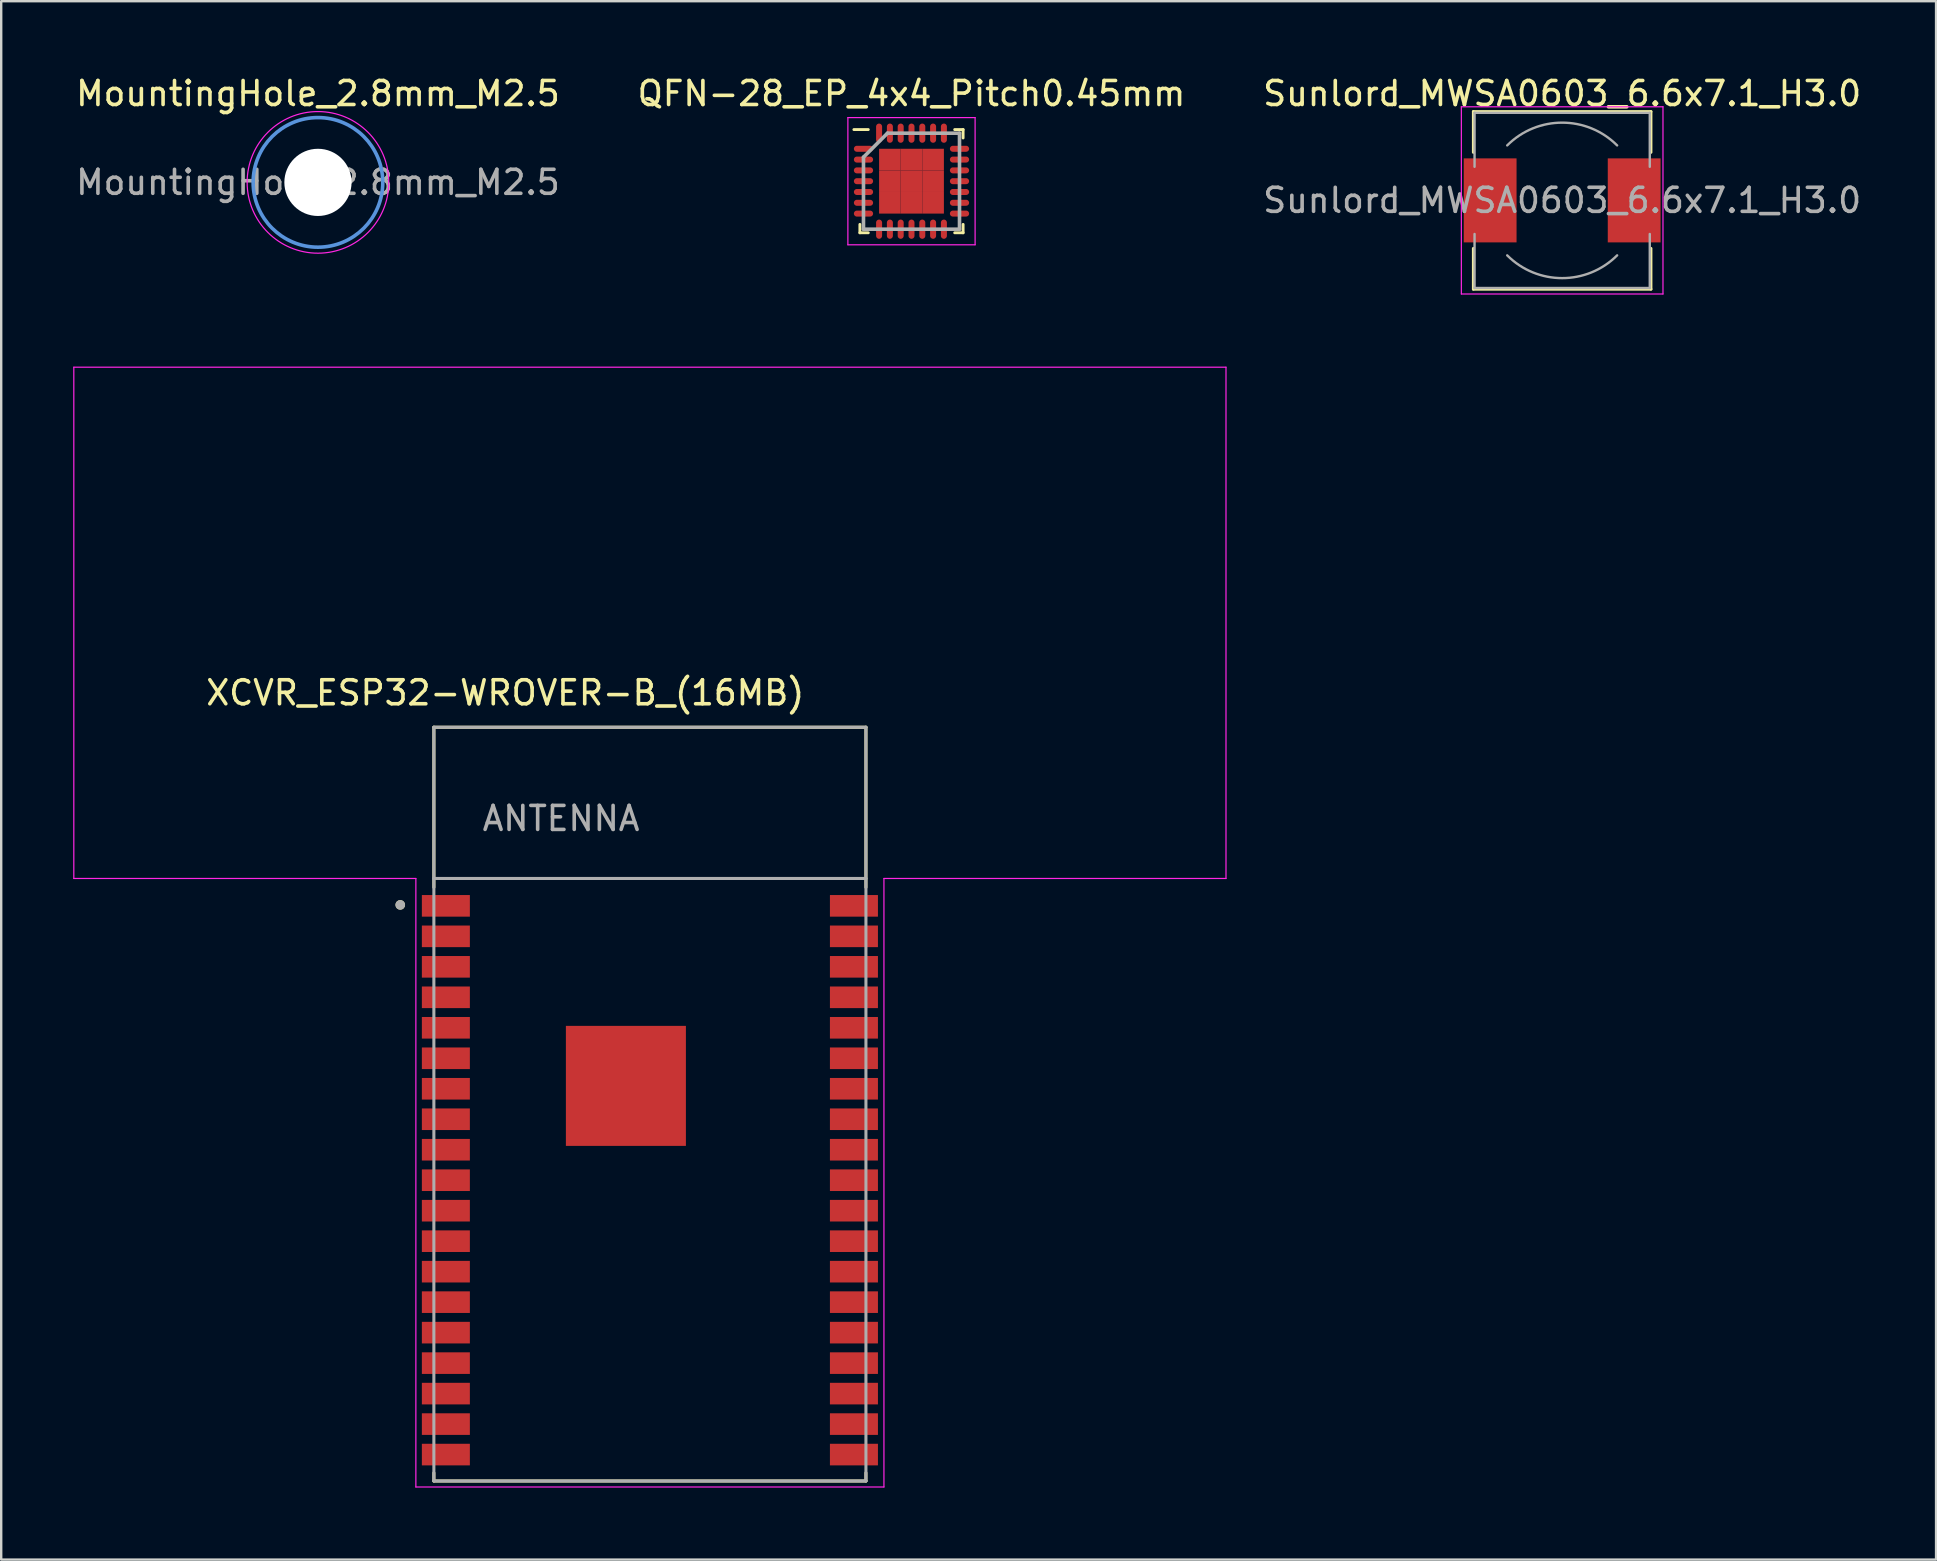
<source format=kicad_pcb>
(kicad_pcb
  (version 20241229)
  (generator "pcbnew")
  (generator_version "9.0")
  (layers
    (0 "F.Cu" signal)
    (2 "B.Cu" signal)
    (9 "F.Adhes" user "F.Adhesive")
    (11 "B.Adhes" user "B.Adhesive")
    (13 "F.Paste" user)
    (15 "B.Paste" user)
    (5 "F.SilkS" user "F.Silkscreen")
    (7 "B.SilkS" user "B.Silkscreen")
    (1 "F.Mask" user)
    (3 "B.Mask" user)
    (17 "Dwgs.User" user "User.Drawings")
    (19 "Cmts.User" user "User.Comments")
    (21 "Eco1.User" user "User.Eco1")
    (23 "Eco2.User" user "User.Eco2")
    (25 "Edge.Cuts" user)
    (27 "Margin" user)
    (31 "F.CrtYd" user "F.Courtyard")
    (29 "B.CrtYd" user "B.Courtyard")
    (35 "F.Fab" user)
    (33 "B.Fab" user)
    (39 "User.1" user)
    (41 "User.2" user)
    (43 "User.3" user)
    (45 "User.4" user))
  (footprint "MountingHole_2.8mm_M2.5"
    (layer "F.Cu")
    (at 10.196 4.548)
    (property "Reference" "MountingHole_2.8mm_M2.5" (at 0 -3.7 0) (layer "F.SilkS") (effects (font (size 1 1) (thickness 0.15))))
    (attr exclude_from_pos_files exclude_from_bom)
    (fp_circle (center 0 0) (end 2.7 0) (stroke (width 0.15) (type solid)) (fill no) (layer "Cmts.User"))
    (fp_circle (center 0 0) (end 2.95 0) (stroke (width 0.05) (type solid)) (fill no) (layer "F.CrtYd"))
    (fp_text user "${REFERENCE}" (at 0 0 0) (layer "F.Fab") (effects (font (size 1 1) (thickness 0.15))))
    (pad "" np_thru_hole circle (at 0 0) (size 2.8 2.8) (drill 2.8) (layers "*.Cu" "*.Mask")))
  (footprint "Sunlord_MWSA0603_6.6x7.1_H3.0"
    (layer "F.Cu")
    (at 62.03 5.298)
    (property "Reference" "Sunlord_MWSA0603_6.6x7.1_H3.0" (at 0 -4.45 0) (layer "F.SilkS") (effects (font (size 1 1) (thickness 0.15))))
    (attr smd)
    (fp_line (start -3.7 -3.7) (end 3.7 -3.7) (stroke (width 0.12) (type solid)) (layer "F.SilkS"))
    (fp_line (start -3.7 -2) (end -3.7 -3.7) (stroke (width 0.12) (type solid)) (layer "F.SilkS"))
    (fp_line (start -3.7 3.7) (end -3.7 2) (stroke (width 0.12) (type solid)) (layer "F.SilkS"))
    (fp_line (start 3.7 -3.7) (end 3.7 -2) (stroke (width 0.12) (type solid)) (layer "F.SilkS"))
    (fp_line (start 3.7 2) (end 3.7 3.7) (stroke (width 0.12) (type solid)) (layer "F.SilkS"))
    (fp_line (start 3.7 3.7) (end -3.7 3.7) (stroke (width 0.12) (type solid)) (layer "F.SilkS"))
    (fp_line (start -4.2 -3.9) (end -4.2 3.9) (stroke (width 0.05) (type solid)) (layer "F.CrtYd"))
    (fp_line (start -4.2 3.9) (end 4.2 3.9) (stroke (width 0.05) (type solid)) (layer "F.CrtYd"))
    (fp_line (start 4.2 -3.9) (end -4.2 -3.9) (stroke (width 0.05) (type solid)) (layer "F.CrtYd"))
    (fp_line (start 4.2 3.9) (end 4.2 -3.9) (stroke (width 0.05) (type solid)) (layer "F.CrtYd"))
    (fp_line (start -3.65 -3.65) (end -3.65 -1.4) (stroke (width 0.1) (type solid)) (layer "F.Fab"))
    (fp_line (start -3.65 -3.65) (end 3.65 -3.65) (stroke (width 0.1) (type solid)) (layer "F.Fab"))
    (fp_line (start -3.65 3.65) (end -3.65 1.4) (stroke (width 0.1) (type solid)) (layer "F.Fab"))
    (fp_line (start 3.65 -3.65) (end 3.65 -1.4) (stroke (width 0.1) (type solid)) (layer "F.Fab"))
    (fp_line (start 3.65 3.65) (end -3.65 3.65) (stroke (width 0.1) (type solid)) (layer "F.Fab"))
    (fp_line (start 3.65 3.65) (end 3.65 1.4) (stroke (width 0.1) (type solid)) (layer "F.Fab"))
    (fp_arc (start -2.29 -2.29) (mid 0 -3.238549) (end 2.29 -2.29) (stroke (width 0.1) (type solid)) (layer "F.Fab"))
    (fp_arc (start 2.29 2.29) (mid 0 3.238549) (end -2.29 2.29) (stroke (width 0.1) (type solid)) (layer "F.Fab"))
    (fp_text user "${REFERENCE}" (at 0 0 0) (layer "F.Fab") (effects (font (size 1 1) (thickness 0.15))))
    (pad "1" smd rect (at -3 0) (size 2.2 3.5) (layers "F.Cu" "F.Mask" "F.Paste"))
    (pad "2" smd rect (at 3 0) (size 2.2 3.5) (layers "F.Cu" "F.Mask" "F.Paste")))
  (footprint "XCVR_ESP32-WROVER-B_(16MB)"
    (layer "F.Cu")
    (at 24.025 42.948)
    (property "Reference" "XCVR_ESP32-WROVER-B_(16MB)" (at -6.025 -17.135 0) (layer "F.SilkS") (effects (font (size 1 1) (thickness 0.15))))
    (attr through_hole)
    (fp_line (start -9 -15.7) (end 9 -15.7) (stroke (width 0.127) (type solid)) (layer "F.SilkS"))
    (fp_line (start -9 -9.03) (end -9 -15.7) (stroke (width 0.127) (type solid)) (layer "F.SilkS"))
    (fp_line (start -9 15.36) (end -9 15.7) (stroke (width 0.127) (type solid)) (layer "F.SilkS"))
    (fp_line (start -9 15.7) (end 9 15.7) (stroke (width 0.127) (type solid)) (layer "F.SilkS"))
    (fp_line (start 9 -15.7) (end 9 -9.03) (stroke (width 0.127) (type solid)) (layer "F.SilkS"))
    (fp_line (start 9 15.7) (end 9 15.36) (stroke (width 0.127) (type solid)) (layer "F.SilkS"))
    (fp_circle (center -10.4 -8.3) (end -10.3 -8.3) (stroke (width 0.2) (type solid)) (fill no) (layer "F.SilkS"))
    (fp_poly (pts (xy -2.58 -2.34) (xy 0.58 -2.34) (xy 0.58 0.82) (xy -2.58 0.82)) (stroke (width 0.01) (type solid)) (fill yes) (layer "F.Paste"))
    (fp_line (start -24 -30.7) (end 24 -30.7) (stroke (width 0.05) (type solid)) (layer "F.CrtYd"))
    (fp_line (start -24 -9.4) (end -24 -30.7) (stroke (width 0.05) (type solid)) (layer "F.CrtYd"))
    (fp_line (start -9.75 -9.4) (end -24 -9.4) (stroke (width 0.05) (type solid)) (layer "F.CrtYd"))
    (fp_line (start -9.75 -9.4) (end -9.75 15.95) (stroke (width 0.05) (type solid)) (layer "F.CrtYd"))
    (fp_line (start -9.75 15.95) (end 9.75 15.95) (stroke (width 0.05) (type solid)) (layer "F.CrtYd"))
    (fp_line (start 9.75 15.95) (end 9.75 -9.4) (stroke (width 0.05) (type solid)) (layer "F.CrtYd"))
    (fp_line (start 24 -30.7) (end 24 -9.4) (stroke (width 0.05) (type solid)) (layer "F.CrtYd"))
    (fp_line (start 24 -9.4) (end 9.75 -9.4) (stroke (width 0.05) (type solid)) (layer "F.CrtYd"))
    (fp_line (start -9 -15.7) (end 9 -15.7) (stroke (width 0.127) (type solid)) (layer "F.Fab"))
    (fp_line (start -9 -9.4) (end -9 -15.7) (stroke (width 0.127) (type solid)) (layer "F.Fab"))
    (fp_line (start -9 -9.4) (end 9 -9.4) (stroke (width 0.127) (type solid)) (layer "F.Fab"))
    (fp_line (start -9 15.7) (end -9 -9.4) (stroke (width 0.127) (type solid)) (layer "F.Fab"))
    (fp_line (start 9 -15.7) (end 9 -9.4) (stroke (width 0.127) (type solid)) (layer "F.Fab"))
    (fp_line (start 9 -9.4) (end 9 15.7) (stroke (width 0.127) (type solid)) (layer "F.Fab"))
    (fp_line (start 9 15.7) (end -9 15.7) (stroke (width 0.127) (type solid)) (layer "F.Fab"))
    (fp_circle (center -10.4 -8.3) (end -10.3 -8.3) (stroke (width 0.2) (type solid)) (fill no) (layer "F.Fab"))
    (fp_text user "ANTENNA" (at -3.7 -11.9 0) (layer "F.Fab") (effects (font (size 1 1) (thickness 0.15))))
    (pad "1" smd rect (at -8.5 -8.26) (size 2 0.9) (layers "F.Cu" "F.Mask" "F.Paste"))
    (pad "2" smd rect (at -8.5 -6.99) (size 2 0.9) (layers "F.Cu" "F.Mask" "F.Paste"))
    (pad "3" smd rect (at -8.5 -5.72) (size 2 0.9) (layers "F.Cu" "F.Mask" "F.Paste"))
    (pad "4" smd rect (at -8.5 -4.45) (size 2 0.9) (layers "F.Cu" "F.Mask" "F.Paste"))
    (pad "5" smd rect (at -8.5 -3.18) (size 2 0.9) (layers "F.Cu" "F.Mask" "F.Paste"))
    (pad "6" smd rect (at -8.5 -1.91) (size 2 0.9) (layers "F.Cu" "F.Mask" "F.Paste"))
    (pad "7" smd rect (at -8.5 -0.64) (size 2 0.9) (layers "F.Cu" "F.Mask" "F.Paste"))
    (pad "8" smd rect (at -8.5 0.63) (size 2 0.9) (layers "F.Cu" "F.Mask" "F.Paste"))
    (pad "9" smd rect (at -8.5 1.9) (size 2 0.9) (layers "F.Cu" "F.Mask" "F.Paste"))
    (pad "10" smd rect (at -8.5 3.17) (size 2 0.9) (layers "F.Cu" "F.Mask" "F.Paste"))
    (pad "11" smd rect (at -8.5 4.44) (size 2 0.9) (layers "F.Cu" "F.Mask" "F.Paste"))
    (pad "12" smd rect (at -8.5 5.71) (size 2 0.9) (layers "F.Cu" "F.Mask" "F.Paste"))
    (pad "13" smd rect (at -8.5 6.98) (size 2 0.9) (layers "F.Cu" "F.Mask" "F.Paste"))
    (pad "14" smd rect (at -8.5 8.25) (size 2 0.9) (layers "F.Cu" "F.Mask" "F.Paste"))
    (pad "15" smd rect (at -8.5 9.52) (size 2 0.9) (layers "F.Cu" "F.Mask" "F.Paste"))
    (pad "16" smd rect (at -8.5 10.79) (size 2 0.9) (layers "F.Cu" "F.Mask" "F.Paste"))
    (pad "17" smd rect (at -8.5 12.06) (size 2 0.9) (layers "F.Cu" "F.Mask" "F.Paste"))
    (pad "18" smd rect (at -8.5 13.33) (size 2 0.9) (layers "F.Cu" "F.Mask" "F.Paste"))
    (pad "19" smd rect (at -8.5 14.6) (size 2 0.9) (layers "F.Cu" "F.Mask" "F.Paste"))
    (pad "20" smd rect (at 8.5 14.6) (size 2 0.9) (layers "F.Cu" "F.Mask" "F.Paste"))
    (pad "21" smd rect (at 8.5 13.33) (size 2 0.9) (layers "F.Cu" "F.Mask" "F.Paste"))
    (pad "22" smd rect (at 8.5 12.06) (size 2 0.9) (layers "F.Cu" "F.Mask" "F.Paste"))
    (pad "23" smd rect (at 8.5 10.79) (size 2 0.9) (layers "F.Cu" "F.Mask" "F.Paste"))
    (pad "24" smd rect (at 8.5 9.52) (size 2 0.9) (layers "F.Cu" "F.Mask" "F.Paste"))
    (pad "25" smd rect (at 8.5 8.25) (size 2 0.9) (layers "F.Cu" "F.Mask" "F.Paste"))
    (pad "26" smd rect (at 8.5 6.98) (size 2 0.9) (layers "F.Cu" "F.Mask" "F.Paste"))
    (pad "27" smd rect (at 8.5 5.71) (size 2 0.9) (layers "F.Cu" "F.Mask" "F.Paste"))
    (pad "28" smd rect (at 8.5 4.44) (size 2 0.9) (layers "F.Cu" "F.Mask" "F.Paste"))
    (pad "29" smd rect (at 8.5 3.17) (size 2 0.9) (layers "F.Cu" "F.Mask" "F.Paste"))
    (pad "30" smd rect (at 8.5 1.9) (size 2 0.9) (layers "F.Cu" "F.Mask" "F.Paste"))
    (pad "31" smd rect (at 8.5 0.63) (size 2 0.9) (layers "F.Cu" "F.Mask" "F.Paste"))
    (pad "32" smd rect (at 8.5 -0.64) (size 2 0.9) (layers "F.Cu" "F.Mask" "F.Paste"))
    (pad "33" smd rect (at 8.5 -1.91) (size 2 0.9) (layers "F.Cu" "F.Mask" "F.Paste"))
    (pad "34" smd rect (at 8.5 -3.18) (size 2 0.9) (layers "F.Cu" "F.Mask" "F.Paste"))
    (pad "35" smd rect (at 8.5 -4.45) (size 2 0.9) (layers "F.Cu" "F.Mask" "F.Paste"))
    (pad "36" smd rect (at 8.5 -5.72) (size 2 0.9) (layers "F.Cu" "F.Mask" "F.Paste"))
    (pad "37" smd rect (at 8.5 -6.99) (size 2 0.9) (layers "F.Cu" "F.Mask" "F.Paste"))
    (pad "38" smd rect (at 8.5 -8.26) (size 2 0.9) (layers "F.Cu" "F.Mask" "F.Paste"))
    (pad "39" smd rect (at -1 -0.76) (size 5 5) (layers "F.Cu" "F.Mask"))
    (zone (net_name "") (layer "F.Cu") (hatch full 0.508) (connect_pads) (min_thickness 0.01) (filled_areas_thickness no) (keepout (tracks not_allowed) (vias not_allowed) (pads not_allowed) (copperpour not_allowed) (footprints allowed)) (placement (enabled no)) (fill) (polygon (pts (xy 0.025 12.248) (xy 48.025 12.248) (xy 48.025 33.548) (xy 0.025 33.548))))
    (zone (net_name "") (layers "F.Cu" "B.Cu") (hatch full 0.508) (connect_pads) (min_thickness 0.01) (filled_areas_thickness no) (keepout (tracks allowed) (vias not_allowed) (pads allowed) (copperpour allowed) (footprints allowed)) (placement (enabled no)) (fill) (polygon (pts (xy 0.025 12.248) (xy 48.025 12.248) (xy 48.025 33.548) (xy 0.025 33.548)))))
  (footprint "QFN-28_EP_4x4_Pitch0.45mm"
    (layer "F.Cu")
    (at 34.923 4.498)
    (property "Reference" "QFN-28_EP_4x4_Pitch0.45mm" (at 0 -3.65 0) (layer "F.SilkS") (effects (font (size 1 1) (thickness 0.15))))
    (attr through_hole)
    (fp_line (start -2.15 2.15) (end -2.15 1.8) (stroke (width 0.12) (type solid)) (layer "F.SilkS"))
    (fp_line (start -1.8 -2.15) (end -2.4 -2.15) (stroke (width 0.12) (type solid)) (layer "F.SilkS"))
    (fp_line (start -1.8 2.15) (end -2.15 2.15) (stroke (width 0.12) (type solid)) (layer "F.SilkS"))
    (fp_line (start 1.8 -2.15) (end 2.15 -2.15) (stroke (width 0.12) (type solid)) (layer "F.SilkS"))
    (fp_line (start 1.8 2.15) (end 2.15 2.15) (stroke (width 0.12) (type solid)) (layer "F.SilkS"))
    (fp_line (start 2.15 -2.15) (end 2.15 -1.8) (stroke (width 0.12) (type solid)) (layer "F.SilkS"))
    (fp_line (start 2.15 2.15) (end 2.15 1.8) (stroke (width 0.12) (type solid)) (layer "F.SilkS"))
    (fp_line (start -2.65 -2.65) (end 2.65 -2.65) (stroke (width 0.05) (type solid)) (layer "F.CrtYd"))
    (fp_line (start -2.65 2.65) (end -2.65 -2.65) (stroke (width 0.05) (type solid)) (layer "F.CrtYd"))
    (fp_line (start 2.65 -2.65) (end 2.65 2.65) (stroke (width 0.05) (type solid)) (layer "F.CrtYd"))
    (fp_line (start 2.65 2.65) (end -2.65 2.65) (stroke (width 0.05) (type solid)) (layer "F.CrtYd"))
    (fp_line (start -2 -1) (end -2 2) (stroke (width 0.15) (type solid)) (layer "F.Fab"))
    (fp_line (start -2 2) (end 2 2) (stroke (width 0.15) (type solid)) (layer "F.Fab"))
    (fp_line (start -1 -2) (end -2 -1) (stroke (width 0.15) (type solid)) (layer "F.Fab"))
    (fp_line (start 2 -2) (end -1 -2) (stroke (width 0.15) (type solid)) (layer "F.Fab"))
    (fp_line (start 2 2) (end 2 -2) (stroke (width 0.15) (type solid)) (layer "F.Fab"))
    (pad "1" smd oval (at -2 -1.35 90) (size 0.25 0.8) (layers "F.Cu" "F.Mask" "F.Paste"))
    (pad "2" smd oval (at -2 -0.9 90) (size 0.25 0.8) (layers "F.Cu" "F.Mask" "F.Paste"))
    (pad "3" smd oval (at -2 -0.45 90) (size 0.25 0.8) (layers "F.Cu" "F.Mask" "F.Paste"))
    (pad "4" smd oval (at -2 0 90) (size 0.25 0.8) (layers "F.Cu" "F.Mask" "F.Paste"))
    (pad "5" smd oval (at -2 0.45 90) (size 0.25 0.8) (layers "F.Cu" "F.Mask" "F.Paste"))
    (pad "6" smd oval (at -2 0.9 90) (size 0.25 0.8) (layers "F.Cu" "F.Mask" "F.Paste"))
    (pad "7" smd oval (at -2 1.35 90) (size 0.25 0.8) (layers "F.Cu" "F.Mask" "F.Paste"))
    (pad "8" smd oval (at -1.35 2) (size 0.25 0.8) (layers "F.Cu" "F.Mask" "F.Paste"))
    (pad "9" smd oval (at -0.9 2) (size 0.25 0.8) (layers "F.Cu" "F.Mask" "F.Paste"))
    (pad "10" smd oval (at -0.45 2) (size 0.25 0.8) (layers "F.Cu" "F.Mask" "F.Paste"))
    (pad "11" smd oval (at 0 2) (size 0.25 0.8) (layers "F.Cu" "F.Mask" "F.Paste"))
    (pad "12" smd oval (at 0.45 2) (size 0.25 0.8) (layers "F.Cu" "F.Mask" "F.Paste"))
    (pad "13" smd oval (at 0.9 2) (size 0.25 0.8) (layers "F.Cu" "F.Mask" "F.Paste"))
    (pad "14" smd oval (at 1.35 2) (size 0.25 0.8) (layers "F.Cu" "F.Mask" "F.Paste"))
    (pad "15" smd oval (at 2 1.35 90) (size 0.25 0.8) (layers "F.Cu" "F.Mask" "F.Paste"))
    (pad "16" smd oval (at 2 0.9 90) (size 0.25 0.8) (layers "F.Cu" "F.Mask" "F.Paste"))
    (pad "17" smd oval (at 2 0.45 90) (size 0.25 0.8) (layers "F.Cu" "F.Mask" "F.Paste"))
    (pad "18" smd oval (at 2 0 90) (size 0.25 0.8) (layers "F.Cu" "F.Mask" "F.Paste"))
    (pad "19" smd oval (at 2 -0.45 90) (size 0.25 0.8) (layers "F.Cu" "F.Mask" "F.Paste"))
    (pad "20" smd oval (at 2 -0.9 90) (size 0.25 0.8) (layers "F.Cu" "F.Mask" "F.Paste"))
    (pad "21" smd oval (at 2 -1.35 90) (size 0.25 0.8) (layers "F.Cu" "F.Mask" "F.Paste"))
    (pad "22" smd oval (at 1.35 -2) (size 0.25 0.8) (layers "F.Cu" "F.Mask" "F.Paste"))
    (pad "23" smd oval (at 0.9 -2) (size 0.25 0.8) (layers "F.Cu" "F.Mask" "F.Paste"))
    (pad "24" smd oval (at 0.45 -2) (size 0.25 0.8) (layers "F.Cu" "F.Mask" "F.Paste"))
    (pad "25" smd oval (at 0 -2) (size 0.25 0.8) (layers "F.Cu" "F.Mask" "F.Paste"))
    (pad "26" smd oval (at -0.45 -2) (size 0.25 0.8) (layers "F.Cu" "F.Mask" "F.Paste"))
    (pad "27" smd oval (at -0.9 -2) (size 0.25 0.8) (layers "F.Cu" "F.Mask" "F.Paste"))
    (pad "28" smd oval (at -1.35 -2) (size 0.25 0.8) (layers "F.Cu" "F.Mask" "F.Paste"))
    (pad "29" smd rect (at -0.9 -0.9) (size 0.9 0.9) (layers "F.Cu" "F.Mask" "F.Paste"))
    (pad "29" smd rect (at -0.9 0) (size 0.9 0.9) (layers "F.Cu" "F.Mask" "F.Paste"))
    (pad "29" smd rect (at -0.9 0.9) (size 0.9 0.9) (layers "F.Cu" "F.Mask" "F.Paste"))
    (pad "29" smd rect (at 0 -0.9) (size 0.9 0.9) (layers "F.Cu" "F.Mask" "F.Paste"))
    (pad "29" smd rect (at 0 0) (size 0.9 0.9) (layers "F.Cu" "F.Mask" "F.Paste"))
    (pad "29" smd rect (at 0 0.9) (size 0.9 0.9) (layers "F.Cu" "F.Mask" "F.Paste"))
    (pad "29" smd rect (at 0.9 -0.9) (size 0.9 0.9) (layers "F.Cu" "F.Mask" "F.Paste"))
    (pad "29" smd rect (at 0.9 0) (size 0.9 0.9) (layers "F.Cu" "F.Mask" "F.Paste"))
    (pad "29" smd rect (at 0.9 0.9) (size 0.9 0.9) (layers "F.Cu" "F.Mask" "F.Paste")))
  (gr_rect
    (start -3 -3)
    (end 77.607 61.923)
    (stroke (width 0.1) (type default))
    (fill no)
    (layer "Edge.Cuts")))
</source>
